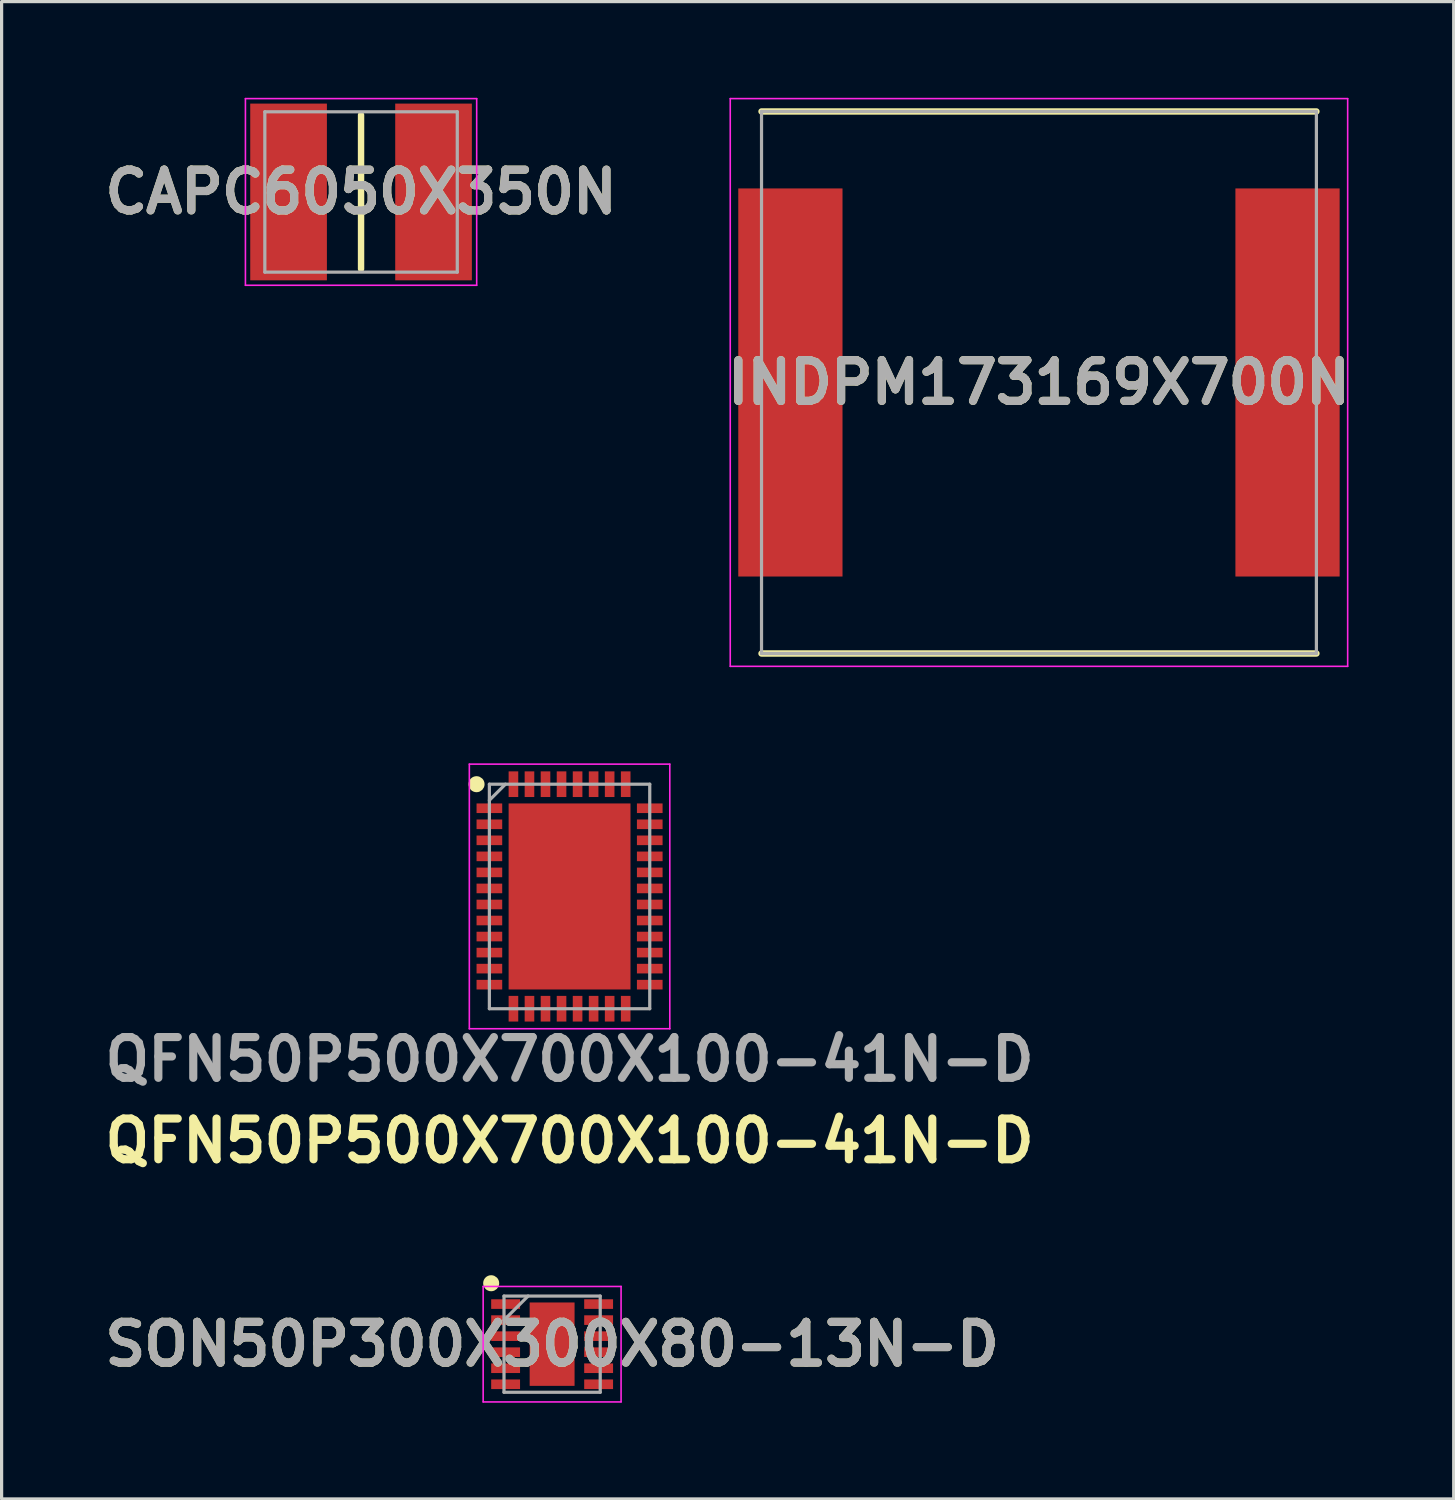
<source format=kicad_pcb>
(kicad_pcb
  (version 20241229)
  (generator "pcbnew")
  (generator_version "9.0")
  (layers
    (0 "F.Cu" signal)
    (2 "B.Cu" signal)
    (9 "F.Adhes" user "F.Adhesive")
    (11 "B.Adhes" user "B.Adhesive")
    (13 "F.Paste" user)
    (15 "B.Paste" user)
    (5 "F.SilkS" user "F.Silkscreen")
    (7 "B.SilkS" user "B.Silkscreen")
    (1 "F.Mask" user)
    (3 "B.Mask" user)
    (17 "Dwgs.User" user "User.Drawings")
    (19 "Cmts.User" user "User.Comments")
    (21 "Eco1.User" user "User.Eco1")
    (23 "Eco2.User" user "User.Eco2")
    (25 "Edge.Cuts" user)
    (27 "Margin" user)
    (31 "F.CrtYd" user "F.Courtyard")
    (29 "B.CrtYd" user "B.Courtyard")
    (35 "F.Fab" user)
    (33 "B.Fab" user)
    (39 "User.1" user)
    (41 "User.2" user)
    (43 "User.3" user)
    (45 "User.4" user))
  (footprint "SON50P300X300X80-13N-D"
    (layer "F.Cu")
    (at 14.164 38.859)
    (property "Reference" "SON50P300X300X80-13N-D" (at 0 0 0) (layer "F.SilkS") (effects (font (size 1.27 1.27) (thickness 0.254))))
    (attr smd)
    (fp_circle (center -1.9 -1.9) (end -1.9 -1.775) (stroke (width 0.25) (type solid)) (fill no) (layer "F.SilkS"))
    (fp_line (start -2.15 -1.8) (end 2.15 -1.8) (stroke (width 0.05) (type solid)) (layer "F.CrtYd"))
    (fp_line (start -2.15 1.8) (end -2.15 -1.8) (stroke (width 0.05) (type solid)) (layer "F.CrtYd"))
    (fp_line (start 2.15 -1.8) (end 2.15 1.8) (stroke (width 0.05) (type solid)) (layer "F.CrtYd"))
    (fp_line (start 2.15 1.8) (end -2.15 1.8) (stroke (width 0.05) (type solid)) (layer "F.CrtYd"))
    (fp_line (start -1.5 -1.5) (end 1.5 -1.5) (stroke (width 0.1) (type solid)) (layer "F.Fab"))
    (fp_line (start -1.5 -0.75) (end -0.75 -1.5) (stroke (width 0.1) (type solid)) (layer "F.Fab"))
    (fp_line (start -1.5 1.5) (end -1.5 -1.5) (stroke (width 0.1) (type solid)) (layer "F.Fab"))
    (fp_line (start 1.5 -1.5) (end 1.5 1.5) (stroke (width 0.1) (type solid)) (layer "F.Fab"))
    (fp_line (start 1.5 1.5) (end -1.5 1.5) (stroke (width 0.1) (type solid)) (layer "F.Fab"))
    (fp_text user "${REFERENCE}" (at 0 0 0) (layer "F.Fab") (effects (font (size 1.27 1.27) (thickness 0.254))))
    (pad "1" smd rect (at -1.45 -1.25 90) (size 0.3 0.9) (layers "F.Cu" "F.Mask" "F.Paste"))
    (pad "2" smd rect (at -1.45 -0.75 90) (size 0.3 0.9) (layers "F.Cu" "F.Mask" "F.Paste"))
    (pad "3" smd rect (at -1.45 -0.25 90) (size 0.3 0.9) (layers "F.Cu" "F.Mask" "F.Paste"))
    (pad "4" smd rect (at -1.45 0.25 90) (size 0.3 0.9) (layers "F.Cu" "F.Mask" "F.Paste"))
    (pad "5" smd rect (at -1.45 0.75 90) (size 0.3 0.9) (layers "F.Cu" "F.Mask" "F.Paste"))
    (pad "6" smd rect (at -1.45 1.25 90) (size 0.3 0.9) (layers "F.Cu" "F.Mask" "F.Paste"))
    (pad "7" smd rect (at 1.45 1.25 90) (size 0.3 0.9) (layers "F.Cu" "F.Mask" "F.Paste"))
    (pad "8" smd rect (at 1.45 0.75 90) (size 0.3 0.9) (layers "F.Cu" "F.Mask" "F.Paste"))
    (pad "9" smd rect (at 1.45 0.25 90) (size 0.3 0.9) (layers "F.Cu" "F.Mask" "F.Paste"))
    (pad "10" smd rect (at 1.45 -0.25 90) (size 0.3 0.9) (layers "F.Cu" "F.Mask" "F.Paste"))
    (pad "11" smd rect (at 1.45 -0.75 90) (size 0.3 0.9) (layers "F.Cu" "F.Mask" "F.Paste"))
    (pad "12" smd rect (at 1.45 -1.25 90) (size 0.3 0.9) (layers "F.Cu" "F.Mask" "F.Paste"))
    (pad "13" smd rect (at 0 0) (size 1.4 2.6) (layers "F.Cu" "F.Mask" "F.Paste")))
  (footprint "CAPC6050X350N"
    (layer "F.Cu")
    (at 8.207 2.935)
    (property "Reference" "CAPC6050X350N" (at 0 0 0) (layer "F.SilkS") (effects (font (size 1.27 1.27) (thickness 0.254))))
    (attr smd)
    (fp_line (start 0 -2.4) (end 0 2.4) (stroke (width 0.2) (type solid)) (layer "F.SilkS"))
    (fp_line (start -3.605 -2.91) (end 3.605 -2.91) (stroke (width 0.05) (type solid)) (layer "F.CrtYd"))
    (fp_line (start -3.605 2.91) (end -3.605 -2.91) (stroke (width 0.05) (type solid)) (layer "F.CrtYd"))
    (fp_line (start 3.605 -2.91) (end 3.605 2.91) (stroke (width 0.05) (type solid)) (layer "F.CrtYd"))
    (fp_line (start 3.605 2.91) (end -3.605 2.91) (stroke (width 0.05) (type solid)) (layer "F.CrtYd"))
    (fp_line (start -3 -2.5) (end 3 -2.5) (stroke (width 0.1) (type solid)) (layer "F.Fab"))
    (fp_line (start -3 2.5) (end -3 -2.5) (stroke (width 0.1) (type solid)) (layer "F.Fab"))
    (fp_line (start 3 -2.5) (end 3 2.5) (stroke (width 0.1) (type solid)) (layer "F.Fab"))
    (fp_line (start 3 2.5) (end -3 2.5) (stroke (width 0.1) (type solid)) (layer "F.Fab"))
    (fp_text user "${REFERENCE}" (at 0 0 0) (layer "F.Fab") (effects (font (size 1.27 1.27) (thickness 0.254))))
    (pad "1" smd rect (at -2.26 0) (size 2.39 5.51) (layers "F.Cu" "F.Mask" "F.Paste"))
    (pad "2" smd rect (at 2.26 0) (size 2.39 5.51) (layers "F.Cu" "F.Mask" "F.Paste")))
  (footprint "INDPM173169X700N"
    (layer "F.Cu")
    (at 29.343 8.875)
    (property "Reference" "INDPM173169X700N" (at 0 0 0) (layer "F.SilkS") (effects (font (size 1.27 1.27) (thickness 0.254))))
    (attr smd)
    (fp_line (start -8.65 8.45) (end 8.65 8.45) (stroke (width 0.2) (type solid)) (layer "F.SilkS"))
    (fp_line (start 8.65 -8.45) (end -8.65 -8.45) (stroke (width 0.2) (type solid)) (layer "F.SilkS"))
    (fp_line (start -9.625 -8.85) (end 9.625 -8.85) (stroke (width 0.05) (type solid)) (layer "F.CrtYd"))
    (fp_line (start -9.625 8.85) (end -9.625 -8.85) (stroke (width 0.05) (type solid)) (layer "F.CrtYd"))
    (fp_line (start 9.625 -8.85) (end 9.625 8.85) (stroke (width 0.05) (type solid)) (layer "F.CrtYd"))
    (fp_line (start 9.625 8.85) (end -9.625 8.85) (stroke (width 0.05) (type solid)) (layer "F.CrtYd"))
    (fp_line (start -8.65 -8.45) (end 8.65 -8.45) (stroke (width 0.1) (type solid)) (layer "F.Fab"))
    (fp_line (start -8.65 8.45) (end -8.65 -8.45) (stroke (width 0.1) (type solid)) (layer "F.Fab"))
    (fp_line (start 8.65 -8.45) (end 8.65 8.45) (stroke (width 0.1) (type solid)) (layer "F.Fab"))
    (fp_line (start 8.65 8.45) (end -8.65 8.45) (stroke (width 0.1) (type solid)) (layer "F.Fab"))
    (fp_text user "${REFERENCE}" (at 0 0 0) (layer "F.Fab") (effects (font (size 1.27 1.27) (thickness 0.254))))
    (pad "1" smd rect (at -7.75 0) (size 3.25 12.1) (layers "F.Cu" "F.Mask" "F.Paste"))
    (pad "2" smd rect (at 7.75 0) (size 3.25 12.1) (layers "F.Cu" "F.Mask" "F.Paste")))
  (footprint "QFN50P500X700X100-41N-D"
    (layer "F.Cu")
    (at 14.708 24.9)
    (property "Reference" "QFN50P500X700X100-41N-D" (at 0 7.62 0) (layer "F.SilkS") (effects (font (size 1.27 1.27) (thickness 0.254))))
    (attr smd)
    (fp_circle (center -2.9 -3.5) (end -2.9 -3.375) (stroke (width 0.25) (type solid)) (fill no) (layer "F.SilkS"))
    (fp_line (start -3.125 -4.125) (end 3.125 -4.125) (stroke (width 0.05) (type solid)) (layer "F.CrtYd"))
    (fp_line (start -3.125 4.125) (end -3.125 -4.125) (stroke (width 0.05) (type solid)) (layer "F.CrtYd"))
    (fp_line (start 3.125 -4.125) (end 3.125 4.125) (stroke (width 0.05) (type solid)) (layer "F.CrtYd"))
    (fp_line (start 3.125 4.125) (end -3.125 4.125) (stroke (width 0.05) (type solid)) (layer "F.CrtYd"))
    (fp_line (start -2.5 -3.5) (end 2.5 -3.5) (stroke (width 0.1) (type solid)) (layer "F.Fab"))
    (fp_line (start -2.5 -3) (end -2 -3.5) (stroke (width 0.1) (type solid)) (layer "F.Fab"))
    (fp_line (start -2.5 3.5) (end -2.5 -3.5) (stroke (width 0.1) (type solid)) (layer "F.Fab"))
    (fp_line (start 2.5 -3.5) (end 2.5 3.5) (stroke (width 0.1) (type solid)) (layer "F.Fab"))
    (fp_line (start 2.5 3.5) (end -2.5 3.5) (stroke (width 0.1) (type solid)) (layer "F.Fab"))
    (fp_text user "${REFERENCE}" (at 0 5.08 0) (layer "F.Fab") (effects (font (size 1.27 1.27) (thickness 0.254))))
    (pad "1" smd rect (at -2.5 -2.75 90) (size 0.3 0.8) (layers "F.Cu" "F.Mask" "F.Paste"))
    (pad "2" smd rect (at -2.5 -2.25 90) (size 0.3 0.8) (layers "F.Cu" "F.Mask" "F.Paste"))
    (pad "3" smd rect (at -2.5 -1.75 90) (size 0.3 0.8) (layers "F.Cu" "F.Mask" "F.Paste"))
    (pad "4" smd rect (at -2.5 -1.25 90) (size 0.3 0.8) (layers "F.Cu" "F.Mask" "F.Paste"))
    (pad "5" smd rect (at -2.5 -0.75 90) (size 0.3 0.8) (layers "F.Cu" "F.Mask" "F.Paste"))
    (pad "6" smd rect (at -2.5 -0.25 90) (size 0.3 0.8) (layers "F.Cu" "F.Mask" "F.Paste"))
    (pad "7" smd rect (at -2.5 0.25 90) (size 0.3 0.8) (layers "F.Cu" "F.Mask" "F.Paste"))
    (pad "8" smd rect (at -2.5 0.75 90) (size 0.3 0.8) (layers "F.Cu" "F.Mask" "F.Paste"))
    (pad "9" smd rect (at -2.5 1.25 90) (size 0.3 0.8) (layers "F.Cu" "F.Mask" "F.Paste"))
    (pad "10" smd rect (at -2.5 1.75 90) (size 0.3 0.8) (layers "F.Cu" "F.Mask" "F.Paste"))
    (pad "11" smd rect (at -2.5 2.25 90) (size 0.3 0.8) (layers "F.Cu" "F.Mask" "F.Paste"))
    (pad "12" smd rect (at -2.5 2.75 90) (size 0.3 0.8) (layers "F.Cu" "F.Mask" "F.Paste"))
    (pad "13" smd rect (at -1.75 3.5) (size 0.3 0.8) (layers "F.Cu" "F.Mask" "F.Paste"))
    (pad "14" smd rect (at -1.25 3.5) (size 0.3 0.8) (layers "F.Cu" "F.Mask" "F.Paste"))
    (pad "15" smd rect (at -0.75 3.5) (size 0.3 0.8) (layers "F.Cu" "F.Mask" "F.Paste"))
    (pad "16" smd rect (at -0.25 3.5) (size 0.3 0.8) (layers "F.Cu" "F.Mask" "F.Paste"))
    (pad "17" smd rect (at 0.25 3.5) (size 0.3 0.8) (layers "F.Cu" "F.Mask" "F.Paste"))
    (pad "18" smd rect (at 0.75 3.5) (size 0.3 0.8) (layers "F.Cu" "F.Mask" "F.Paste"))
    (pad "19" smd rect (at 1.25 3.5) (size 0.3 0.8) (layers "F.Cu" "F.Mask" "F.Paste"))
    (pad "20" smd rect (at 1.75 3.5) (size 0.3 0.8) (layers "F.Cu" "F.Mask" "F.Paste"))
    (pad "21" smd rect (at 2.5 2.75 90) (size 0.3 0.8) (layers "F.Cu" "F.Mask" "F.Paste"))
    (pad "22" smd rect (at 2.5 2.25 90) (size 0.3 0.8) (layers "F.Cu" "F.Mask" "F.Paste"))
    (pad "23" smd rect (at 2.5 1.75 90) (size 0.3 0.8) (layers "F.Cu" "F.Mask" "F.Paste"))
    (pad "24" smd rect (at 2.5 1.25 90) (size 0.3 0.8) (layers "F.Cu" "F.Mask" "F.Paste"))
    (pad "25" smd rect (at 2.5 0.75 90) (size 0.3 0.8) (layers "F.Cu" "F.Mask" "F.Paste"))
    (pad "26" smd rect (at 2.5 0.25 90) (size 0.3 0.8) (layers "F.Cu" "F.Mask" "F.Paste"))
    (pad "27" smd rect (at 2.5 -0.25 90) (size 0.3 0.8) (layers "F.Cu" "F.Mask" "F.Paste"))
    (pad "28" smd rect (at 2.5 -0.75 90) (size 0.3 0.8) (layers "F.Cu" "F.Mask" "F.Paste"))
    (pad "29" smd rect (at 2.5 -1.25 90) (size 0.3 0.8) (layers "F.Cu" "F.Mask" "F.Paste"))
    (pad "30" smd rect (at 2.5 -1.75 90) (size 0.3 0.8) (layers "F.Cu" "F.Mask" "F.Paste"))
    (pad "31" smd rect (at 2.5 -2.25 90) (size 0.3 0.8) (layers "F.Cu" "F.Mask" "F.Paste"))
    (pad "32" smd rect (at 2.5 -2.75 90) (size 0.3 0.8) (layers "F.Cu" "F.Mask" "F.Paste"))
    (pad "33" smd rect (at 1.75 -3.5) (size 0.3 0.8) (layers "F.Cu" "F.Mask" "F.Paste"))
    (pad "34" smd rect (at 1.25 -3.5) (size 0.3 0.8) (layers "F.Cu" "F.Mask" "F.Paste"))
    (pad "35" smd rect (at 0.75 -3.5) (size 0.3 0.8) (layers "F.Cu" "F.Mask" "F.Paste"))
    (pad "36" smd rect (at 0.25 -3.5) (size 0.3 0.8) (layers "F.Cu" "F.Mask" "F.Paste"))
    (pad "37" smd rect (at -0.25 -3.5) (size 0.3 0.8) (layers "F.Cu" "F.Mask" "F.Paste"))
    (pad "38" smd rect (at -0.75 -3.5) (size 0.3 0.8) (layers "F.Cu" "F.Mask" "F.Paste"))
    (pad "39" smd rect (at -1.25 -3.5) (size 0.3 0.8) (layers "F.Cu" "F.Mask" "F.Paste"))
    (pad "40" smd rect (at -1.75 -3.5) (size 0.3 0.8) (layers "F.Cu" "F.Mask" "F.Paste"))
    (pad "41" smd rect (at 0 0) (size 3.8 5.8) (layers "F.Cu" "F.Mask" "F.Paste")))
  (gr_rect
    (start -3 -3)
    (end 42.274 43.684)
    (stroke (width 0.1) (type default))
    (fill no)
    (layer "Edge.Cuts")))
</source>
